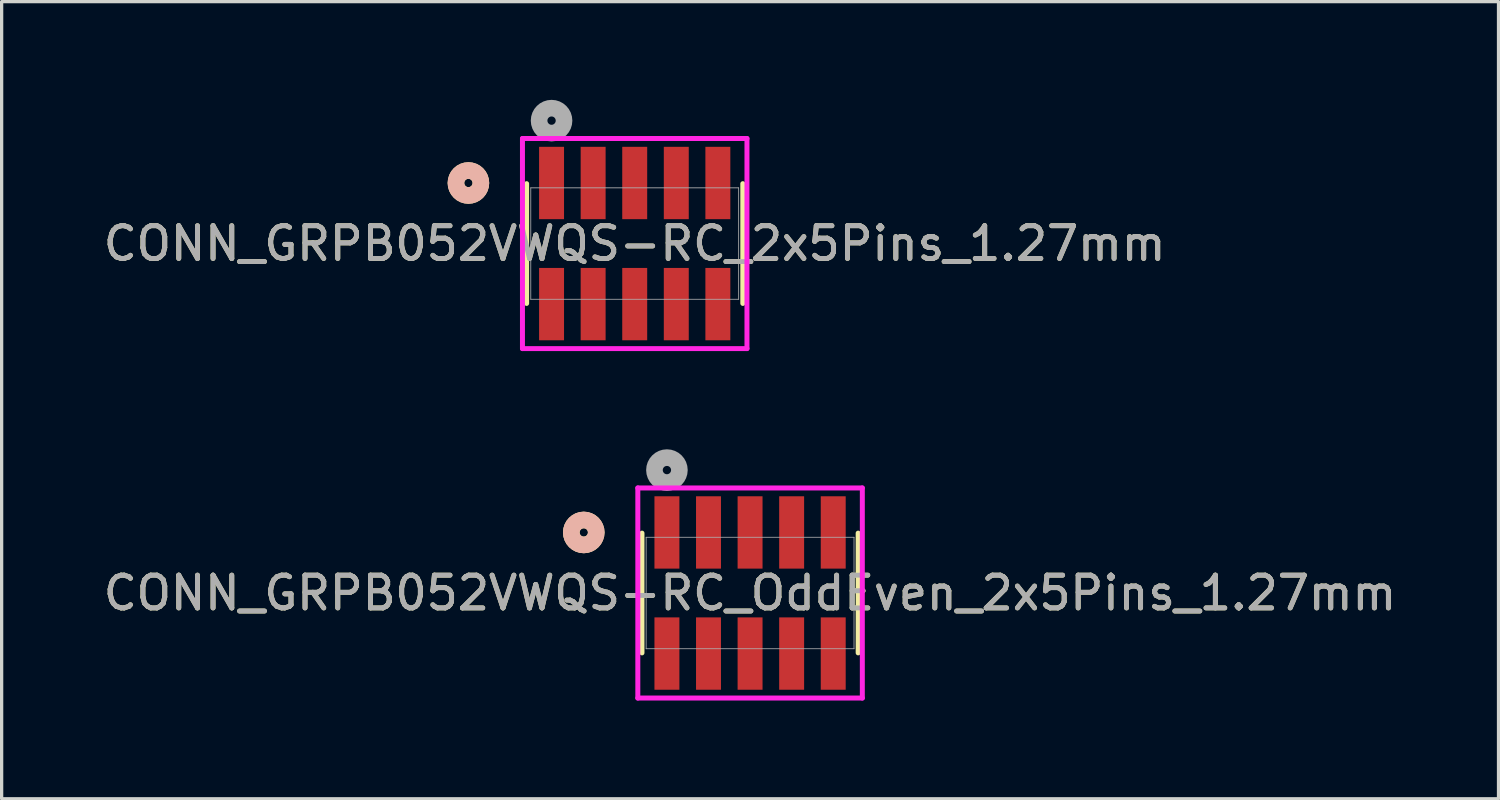
<source format=kicad_pcb>
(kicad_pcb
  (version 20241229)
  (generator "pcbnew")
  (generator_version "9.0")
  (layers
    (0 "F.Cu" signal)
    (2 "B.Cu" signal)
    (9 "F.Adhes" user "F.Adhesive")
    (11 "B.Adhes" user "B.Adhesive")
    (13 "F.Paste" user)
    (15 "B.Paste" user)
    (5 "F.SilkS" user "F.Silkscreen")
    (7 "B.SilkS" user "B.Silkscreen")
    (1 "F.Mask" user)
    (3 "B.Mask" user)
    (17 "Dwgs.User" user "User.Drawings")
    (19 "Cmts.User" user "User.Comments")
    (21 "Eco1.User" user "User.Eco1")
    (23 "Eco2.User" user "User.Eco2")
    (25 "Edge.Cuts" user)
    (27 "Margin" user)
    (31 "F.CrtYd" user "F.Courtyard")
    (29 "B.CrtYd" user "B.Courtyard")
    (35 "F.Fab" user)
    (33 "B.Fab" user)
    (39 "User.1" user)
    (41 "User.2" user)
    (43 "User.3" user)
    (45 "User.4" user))
  (footprint "CONN_GRPB052VWQS-RC_OddEven_2x5Pins_1.27mm"
    (layer "F.Cu")
    (at 17.323 13.215)
    (property "Reference" "CONN_GRPB052VWQS-RC_OddEven_2x5Pins_1.27mm" (at 2.54 1.85 0) (unlocked yes) (layer "F.SilkS") (effects (font (size 1 1) (thickness 0.15))))
    (attr smd)
    (fp_line (start -0.762 0.021) (end -0.762 3.679) (stroke (width 0.152) (type solid)) (layer "F.SilkS"))
    (fp_line (start 5.842 3.679) (end 5.842 0.021) (stroke (width 0.152) (type solid)) (layer "F.SilkS"))
    (fp_circle (center -2.54 0) (end -2.159 0) (stroke (width 0.508) (type solid)) (fill no) (layer "F.SilkS"))
    (fp_circle (center -2.54 0) (end -2.159 0) (stroke (width 0.508) (type solid)) (fill no) (layer "B.SilkS"))
    (fp_line (start -0.889 -1.359) (end -0.889 5.059) (stroke (width 0.152) (type solid)) (layer "F.CrtYd"))
    (fp_line (start -0.889 5.059) (end 5.969 5.059) (stroke (width 0.152) (type solid)) (layer "F.CrtYd"))
    (fp_line (start 5.969 -1.359) (end -0.889 -1.359) (stroke (width 0.152) (type solid)) (layer "F.CrtYd"))
    (fp_line (start 5.969 5.059) (end 5.969 -1.359) (stroke (width 0.152) (type solid)) (layer "F.CrtYd"))
    (fp_line (start -0.635 0.148) (end -0.635 3.552) (stroke (width 0.025) (type solid)) (layer "F.Fab"))
    (fp_line (start -0.635 3.552) (end 5.715 3.552) (stroke (width 0.025) (type solid)) (layer "F.Fab"))
    (fp_line (start 5.715 0.148) (end -0.635 0.148) (stroke (width 0.025) (type solid)) (layer "F.Fab"))
    (fp_line (start 5.715 3.552) (end 5.715 0.148) (stroke (width 0.025) (type solid)) (layer "F.Fab"))
    (fp_circle (center 0 -1.905) (end 0.381 -1.905) (stroke (width 0.508) (type solid)) (fill no) (layer "F.Fab"))
    (fp_text user "${REFERENCE}" (at 2.54 1.85 0) (unlocked yes) (layer "F.Fab") (effects (font (size 1 1) (thickness 0.15))))
    (pad "1" smd rect (at 0 0) (size 0.762 2.21) (layers "F.Cu" "F.Mask" "F.Paste"))
    (pad "2" smd rect (at 0 3.7) (size 0.762 2.21) (layers "F.Cu" "F.Mask" "F.Paste"))
    (pad "3" smd rect (at 1.27 0) (size 0.762 2.21) (layers "F.Cu" "F.Mask" "F.Paste"))
    (pad "4" smd rect (at 1.27 3.7) (size 0.762 2.21) (layers "F.Cu" "F.Mask" "F.Paste"))
    (pad "5" smd rect (at 2.54 0) (size 0.762 2.21) (layers "F.Cu" "F.Mask" "F.Paste"))
    (pad "6" smd rect (at 2.54 3.7) (size 0.762 2.21) (layers "F.Cu" "F.Mask" "F.Paste"))
    (pad "7" smd rect (at 3.81 0) (size 0.762 2.21) (layers "F.Cu" "F.Mask" "F.Paste"))
    (pad "8" smd rect (at 3.81 3.7) (size 0.762 2.21) (layers "F.Cu" "F.Mask" "F.Paste"))
    (pad "9" smd rect (at 5.08 0) (size 0.762 2.21) (layers "F.Cu" "F.Mask" "F.Paste"))
    (pad "10" smd rect (at 5.08 3.7) (size 0.762 2.21) (layers "F.Cu" "F.Mask" "F.Paste")))
  (footprint "CONN_GRPB052VWQS-RC_2x5Pins_1.27mm"
    (layer "F.Cu")
    (at 13.799 2.54)
    (property "Reference" "CONN_GRPB052VWQS-RC_2x5Pins_1.27mm" (at 2.54 1.85 0) (unlocked yes) (layer "F.SilkS") (effects (font (size 1 1) (thickness 0.15))))
    (attr smd)
    (fp_line (start -0.762 0.021) (end -0.762 3.679) (stroke (width 0.152) (type solid)) (layer "F.SilkS"))
    (fp_line (start 5.842 3.679) (end 5.842 0.021) (stroke (width 0.152) (type solid)) (layer "F.SilkS"))
    (fp_circle (center -2.54 0) (end -2.159 0) (stroke (width 0.508) (type solid)) (fill no) (layer "F.SilkS"))
    (fp_circle (center -2.54 0) (end -2.159 0) (stroke (width 0.508) (type solid)) (fill no) (layer "B.SilkS"))
    (fp_line (start -0.889 -1.359) (end -0.889 5.059) (stroke (width 0.152) (type solid)) (layer "F.CrtYd"))
    (fp_line (start -0.889 5.059) (end 5.969 5.059) (stroke (width 0.152) (type solid)) (layer "F.CrtYd"))
    (fp_line (start 5.969 -1.359) (end -0.889 -1.359) (stroke (width 0.152) (type solid)) (layer "F.CrtYd"))
    (fp_line (start 5.969 5.059) (end 5.969 -1.359) (stroke (width 0.152) (type solid)) (layer "F.CrtYd"))
    (fp_line (start -0.635 0.148) (end -0.635 3.552) (stroke (width 0.025) (type solid)) (layer "F.Fab"))
    (fp_line (start -0.635 3.552) (end 5.715 3.552) (stroke (width 0.025) (type solid)) (layer "F.Fab"))
    (fp_line (start 5.715 0.148) (end -0.635 0.148) (stroke (width 0.025) (type solid)) (layer "F.Fab"))
    (fp_line (start 5.715 3.552) (end 5.715 0.148) (stroke (width 0.025) (type solid)) (layer "F.Fab"))
    (fp_circle (center 0 -1.905) (end 0.381 -1.905) (stroke (width 0.508) (type solid)) (fill no) (layer "F.Fab"))
    (fp_text user "${REFERENCE}" (at 2.54 1.85 0) (unlocked yes) (layer "F.Fab") (effects (font (size 1 1) (thickness 0.15))))
    (pad "1" smd rect (at 0 0) (size 0.762 2.21) (layers "F.Cu" "F.Mask" "F.Paste"))
    (pad "2" smd rect (at 1.27 0) (size 0.762 2.21) (layers "F.Cu" "F.Mask" "F.Paste"))
    (pad "3" smd rect (at 2.54 0) (size 0.762 2.21) (layers "F.Cu" "F.Mask" "F.Paste"))
    (pad "4" smd rect (at 3.81 0) (size 0.762 2.21) (layers "F.Cu" "F.Mask" "F.Paste"))
    (pad "5" smd rect (at 5.08 0) (size 0.762 2.21) (layers "F.Cu" "F.Mask" "F.Paste"))
    (pad "6" smd rect (at 0 3.7) (size 0.762 2.21) (layers "F.Cu" "F.Mask" "F.Paste"))
    (pad "7" smd rect (at 1.27 3.7) (size 0.762 2.21) (layers "F.Cu" "F.Mask" "F.Paste"))
    (pad "8" smd rect (at 2.54 3.7) (size 0.762 2.21) (layers "F.Cu" "F.Mask" "F.Paste"))
    (pad "9" smd rect (at 3.81 3.7) (size 0.762 2.21) (layers "F.Cu" "F.Mask" "F.Paste"))
    (pad "10" smd rect (at 5.08 3.7) (size 0.762 2.21) (layers "F.Cu" "F.Mask" "F.Paste")))
  (gr_rect
    (start -3 -3)
    (end 42.726 21.35)
    (stroke (width 0.1) (type default))
    (fill no)
    (layer "Edge.Cuts")))
</source>
